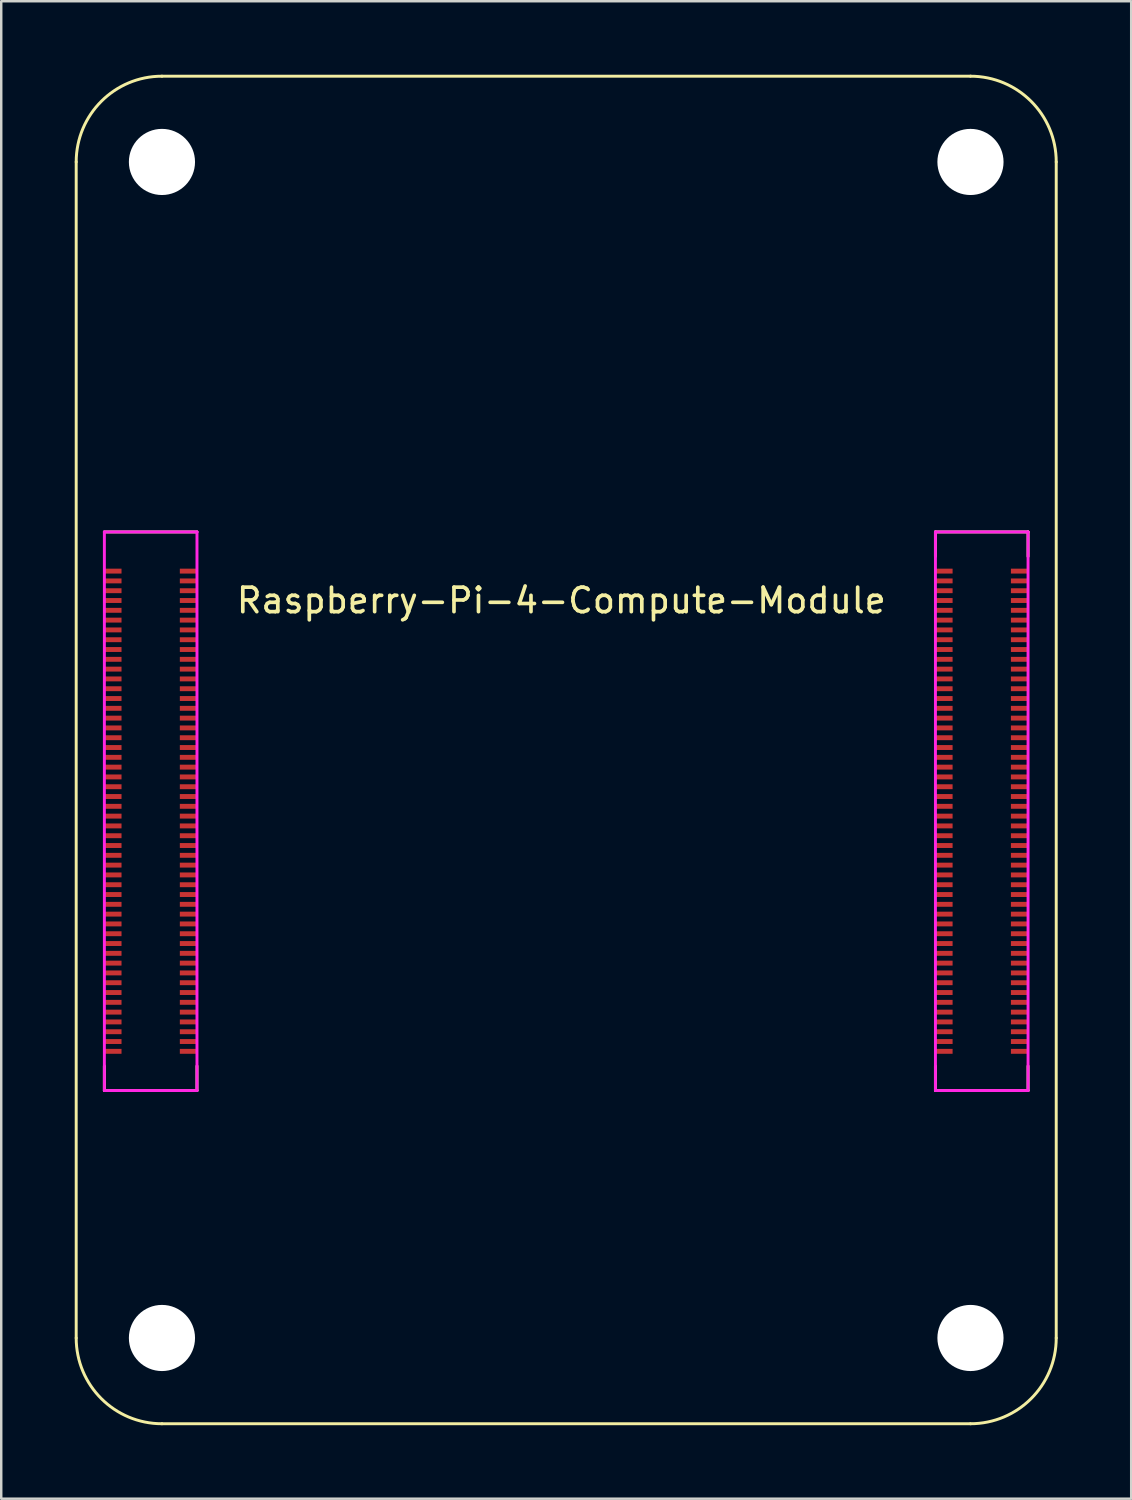
<source format=kicad_pcb>
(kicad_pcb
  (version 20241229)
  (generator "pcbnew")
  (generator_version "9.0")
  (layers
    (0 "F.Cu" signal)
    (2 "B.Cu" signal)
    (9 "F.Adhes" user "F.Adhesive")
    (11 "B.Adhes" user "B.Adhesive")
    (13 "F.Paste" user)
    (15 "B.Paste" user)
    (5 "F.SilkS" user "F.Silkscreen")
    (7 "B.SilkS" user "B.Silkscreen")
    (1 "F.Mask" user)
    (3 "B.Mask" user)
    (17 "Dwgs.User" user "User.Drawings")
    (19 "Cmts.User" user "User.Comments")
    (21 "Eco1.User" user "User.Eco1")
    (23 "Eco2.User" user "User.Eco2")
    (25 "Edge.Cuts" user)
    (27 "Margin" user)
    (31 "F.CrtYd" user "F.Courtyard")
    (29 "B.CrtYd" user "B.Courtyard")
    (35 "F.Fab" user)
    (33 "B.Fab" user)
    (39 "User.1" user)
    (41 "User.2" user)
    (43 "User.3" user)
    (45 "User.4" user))
  (footprint "Raspberry-Pi-4-Compute-Module"
    (layer "F.Cu")
    (at 3.56 51.56)
    (property "Reference" "Raspberry-Pi-4-Compute-Module" (at 16.3 -30.1 180) (layer "F.SilkS") (effects (font (size 1 1) (thickness 0.15))))
    (attr smd)
    (fp_line (start -3.5 -48) (end -3.5 0) (stroke (width 0.12) (type solid)) (layer "F.SilkS"))
    (fp_line (start -2.35 -32.9) (end 1.43 -32.9) (stroke (width 0.12) (type solid)) (layer "F.SilkS"))
    (fp_line (start -2.35 -10.1) (end -2.35 -11.1) (stroke (width 0.12) (type solid)) (layer "F.SilkS"))
    (fp_line (start -2.35 -10.1) (end 1.43 -10.1) (stroke (width 0.12) (type solid)) (layer "F.SilkS"))
    (fp_line (start 0 3.5) (end 33 3.5) (stroke (width 0.12) (type solid)) (layer "F.SilkS"))
    (fp_line (start 1.43 -10.1) (end 1.43 -11.1) (stroke (width 0.12) (type solid)) (layer "F.SilkS"))
    (fp_line (start 31.57 -32.9) (end 31.57 -31.9) (stroke (width 0.12) (type solid)) (layer "F.SilkS"))
    (fp_line (start 31.57 -32.9) (end 35.35 -32.9) (stroke (width 0.12) (type solid)) (layer "F.SilkS"))
    (fp_line (start 31.57 -10.1) (end 31.57 -11.1) (stroke (width 0.12) (type solid)) (layer "F.SilkS"))
    (fp_line (start 31.57 -10.1) (end 35.35 -10.1) (stroke (width 0.12) (type solid)) (layer "F.SilkS"))
    (fp_line (start 33 -51.5) (end 0 -51.5) (stroke (width 0.12) (type solid)) (layer "F.SilkS"))
    (fp_line (start 35.35 -32.9) (end 35.35 -31.9) (stroke (width 0.12) (type solid)) (layer "F.SilkS"))
    (fp_line (start 35.35 -10.1) (end 35.35 -11.1) (stroke (width 0.12) (type solid)) (layer "F.SilkS"))
    (fp_line (start 36.5 0) (end 36.5 -48) (stroke (width 0.12) (type solid)) (layer "F.SilkS"))
    (fp_arc (start -3.5 -48) (mid -2.474874 -50.474874) (end 0 -51.5) (stroke (width 0.12) (type solid)) (layer "F.SilkS"))
    (fp_arc (start 0 3.5) (mid -2.474874 2.474874) (end -3.5 0) (stroke (width 0.12) (type solid)) (layer "F.SilkS"))
    (fp_arc (start 33 -51.5) (mid 35.474874 -50.474874) (end 36.5 -48) (stroke (width 0.12) (type solid)) (layer "F.SilkS"))
    (fp_arc (start 36.5 0) (mid 35.474874 2.474874) (end 33 3.5) (stroke (width 0.12) (type solid)) (layer "F.SilkS"))
    (fp_line (start -2.35 -32.9) (end 1.43 -32.9) (stroke (width 0.12) (type solid)) (layer "F.CrtYd"))
    (fp_line (start -2.35 -10.1) (end -2.35 -32.9) (stroke (width 0.12) (type solid)) (layer "F.CrtYd"))
    (fp_line (start 1.43 -32.9) (end 1.43 -10.1) (stroke (width 0.12) (type solid)) (layer "F.CrtYd"))
    (fp_line (start 1.43 -10.1) (end -2.35 -10.1) (stroke (width 0.12) (type solid)) (layer "F.CrtYd"))
    (fp_line (start 31.57 -32.9) (end 35.35 -32.9) (stroke (width 0.12) (type solid)) (layer "F.CrtYd"))
    (fp_line (start 31.57 -10.1) (end 31.57 -32.9) (stroke (width 0.12) (type solid)) (layer "F.CrtYd"))
    (fp_line (start 35.35 -32.9) (end 35.35 -10.1) (stroke (width 0.12) (type solid)) (layer "F.CrtYd"))
    (fp_line (start 35.35 -10.1) (end 31.57 -10.1) (stroke (width 0.12) (type solid)) (layer "F.CrtYd"))
    (pad "" np_thru_hole circle (at 0 -48) (size 2.7 2.7) (drill 2.7) (layers "*.Cu" "*.Mask"))
    (pad "" np_thru_hole circle (at 0 0) (size 2.7 2.7) (drill 2.7) (layers "*.Cu" "*.Mask"))
    (pad "" np_thru_hole circle (at 33 -48) (size 2.7 2.7) (drill 2.7) (layers "*.Cu" "*.Mask"))
    (pad "" np_thru_hole circle (at 33 0) (size 2.7 2.7) (drill 2.7) (layers "*.Cu" "*.Mask"))
    (pad "1" smd rect (at -2 -31.3 270) (size 0.2 0.7) (layers "F.Cu" "F.Mask" "F.Paste"))
    (pad "2" smd rect (at 1.08 -31.3 270) (size 0.2 0.7) (layers "F.Cu" "F.Mask" "F.Paste"))
    (pad "3" smd rect (at -2 -30.9 270) (size 0.2 0.7) (layers "F.Cu" "F.Mask" "F.Paste"))
    (pad "4" smd rect (at 1.08 -30.9 270) (size 0.2 0.7) (layers "F.Cu" "F.Mask" "F.Paste"))
    (pad "5" smd rect (at -2 -30.5 270) (size 0.2 0.7) (layers "F.Cu" "F.Mask" "F.Paste"))
    (pad "6" smd rect (at 1.08 -30.5 270) (size 0.2 0.7) (layers "F.Cu" "F.Mask" "F.Paste"))
    (pad "7" smd rect (at -2 -30.1 270) (size 0.2 0.7) (layers "F.Cu" "F.Mask" "F.Paste"))
    (pad "8" smd rect (at 1.08 -30.1 270) (size 0.2 0.7) (layers "F.Cu" "F.Mask" "F.Paste"))
    (pad "9" smd rect (at -2 -29.7 270) (size 0.2 0.7) (layers "F.Cu" "F.Mask" "F.Paste"))
    (pad "10" smd rect (at 1.08 -29.7 270) (size 0.2 0.7) (layers "F.Cu" "F.Mask" "F.Paste"))
    (pad "11" smd rect (at -2 -29.3 270) (size 0.2 0.7) (layers "F.Cu" "F.Mask" "F.Paste"))
    (pad "12" smd rect (at 1.08 -29.3 270) (size 0.2 0.7) (layers "F.Cu" "F.Mask" "F.Paste"))
    (pad "13" smd rect (at -2 -28.9 270) (size 0.2 0.7) (layers "F.Cu" "F.Mask" "F.Paste"))
    (pad "14" smd rect (at 1.08 -28.9 270) (size 0.2 0.7) (layers "F.Cu" "F.Mask" "F.Paste"))
    (pad "15" smd rect (at -2 -28.5 270) (size 0.2 0.7) (layers "F.Cu" "F.Mask" "F.Paste"))
    (pad "16" smd rect (at 1.08 -28.5 270) (size 0.2 0.7) (layers "F.Cu" "F.Mask" "F.Paste"))
    (pad "17" smd rect (at -2 -28.1 270) (size 0.2 0.7) (layers "F.Cu" "F.Mask" "F.Paste"))
    (pad "18" smd rect (at 1.08 -28.1 270) (size 0.2 0.7) (layers "F.Cu" "F.Mask" "F.Paste"))
    (pad "19" smd rect (at -2 -27.7 270) (size 0.2 0.7) (layers "F.Cu" "F.Mask" "F.Paste"))
    (pad "20" smd rect (at 1.08 -27.7 270) (size 0.2 0.7) (layers "F.Cu" "F.Mask" "F.Paste"))
    (pad "21" smd rect (at -2 -27.3 270) (size 0.2 0.7) (layers "F.Cu" "F.Mask" "F.Paste"))
    (pad "22" smd rect (at 1.08 -27.3 270) (size 0.2 0.7) (layers "F.Cu" "F.Mask" "F.Paste"))
    (pad "23" smd rect (at -2 -26.9 270) (size 0.2 0.7) (layers "F.Cu" "F.Mask" "F.Paste"))
    (pad "24" smd rect (at 1.08 -26.9 270) (size 0.2 0.7) (layers "F.Cu" "F.Mask" "F.Paste"))
    (pad "25" smd rect (at -2 -26.5 270) (size 0.2 0.7) (layers "F.Cu" "F.Mask" "F.Paste"))
    (pad "26" smd rect (at 1.08 -26.5 270) (size 0.2 0.7) (layers "F.Cu" "F.Mask" "F.Paste"))
    (pad "27" smd rect (at -2 -26.1 270) (size 0.2 0.7) (layers "F.Cu" "F.Mask" "F.Paste"))
    (pad "28" smd rect (at 1.08 -26.1 270) (size 0.2 0.7) (layers "F.Cu" "F.Mask" "F.Paste"))
    (pad "29" smd rect (at -2 -25.7 270) (size 0.2 0.7) (layers "F.Cu" "F.Mask" "F.Paste"))
    (pad "30" smd rect (at 1.08 -25.7 270) (size 0.2 0.7) (layers "F.Cu" "F.Mask" "F.Paste"))
    (pad "31" smd rect (at -2 -25.3 270) (size 0.2 0.7) (layers "F.Cu" "F.Mask" "F.Paste"))
    (pad "32" smd rect (at 1.08 -25.3 270) (size 0.2 0.7) (layers "F.Cu" "F.Mask" "F.Paste"))
    (pad "33" smd rect (at -2 -24.9 270) (size 0.2 0.7) (layers "F.Cu" "F.Mask" "F.Paste"))
    (pad "34" smd rect (at 1.08 -24.9 270) (size 0.2 0.7) (layers "F.Cu" "F.Mask" "F.Paste"))
    (pad "35" smd rect (at -2 -24.5 270) (size 0.2 0.7) (layers "F.Cu" "F.Mask" "F.Paste"))
    (pad "36" smd rect (at 1.08 -24.5 270) (size 0.2 0.7) (layers "F.Cu" "F.Mask" "F.Paste"))
    (pad "37" smd rect (at -2 -24.1 270) (size 0.2 0.7) (layers "F.Cu" "F.Mask" "F.Paste"))
    (pad "38" smd rect (at 1.08 -24.1 270) (size 0.2 0.7) (layers "F.Cu" "F.Mask" "F.Paste"))
    (pad "39" smd rect (at -2 -23.7 270) (size 0.2 0.7) (layers "F.Cu" "F.Mask" "F.Paste"))
    (pad "40" smd rect (at 1.08 -23.7 270) (size 0.2 0.7) (layers "F.Cu" "F.Mask" "F.Paste"))
    (pad "41" smd rect (at -2 -23.3 270) (size 0.2 0.7) (layers "F.Cu" "F.Mask" "F.Paste"))
    (pad "42" smd rect (at 1.08 -23.3 270) (size 0.2 0.7) (layers "F.Cu" "F.Mask" "F.Paste"))
    (pad "43" smd rect (at -2 -22.9 270) (size 0.2 0.7) (layers "F.Cu" "F.Mask" "F.Paste"))
    (pad "44" smd rect (at 1.08 -22.9 270) (size 0.2 0.7) (layers "F.Cu" "F.Mask" "F.Paste"))
    (pad "45" smd rect (at -2 -22.5 270) (size 0.2 0.7) (layers "F.Cu" "F.Mask" "F.Paste"))
    (pad "46" smd rect (at 1.08 -22.5 270) (size 0.2 0.7) (layers "F.Cu" "F.Mask" "F.Paste"))
    (pad "47" smd rect (at -2 -22.1 270) (size 0.2 0.7) (layers "F.Cu" "F.Mask" "F.Paste"))
    (pad "48" smd rect (at 1.08 -22.1 270) (size 0.2 0.7) (layers "F.Cu" "F.Mask" "F.Paste"))
    (pad "49" smd rect (at -2 -21.7 270) (size 0.2 0.7) (layers "F.Cu" "F.Mask" "F.Paste"))
    (pad "50" smd rect (at 1.08 -21.7 270) (size 0.2 0.7) (layers "F.Cu" "F.Mask" "F.Paste"))
    (pad "51" smd rect (at -2 -21.3 270) (size 0.2 0.7) (layers "F.Cu" "F.Mask" "F.Paste"))
    (pad "52" smd rect (at 1.08 -21.3 270) (size 0.2 0.7) (layers "F.Cu" "F.Mask" "F.Paste"))
    (pad "53" smd rect (at -2 -20.9 270) (size 0.2 0.7) (layers "F.Cu" "F.Mask" "F.Paste"))
    (pad "54" smd rect (at 1.08 -20.9 270) (size 0.2 0.7) (layers "F.Cu" "F.Mask" "F.Paste"))
    (pad "55" smd rect (at -2 -20.5 270) (size 0.2 0.7) (layers "F.Cu" "F.Mask" "F.Paste"))
    (pad "56" smd rect (at 1.08 -20.5 270) (size 0.2 0.7) (layers "F.Cu" "F.Mask" "F.Paste"))
    (pad "57" smd rect (at -2 -20.1 270) (size 0.2 0.7) (layers "F.Cu" "F.Mask" "F.Paste"))
    (pad "58" smd rect (at 1.08 -20.1 270) (size 0.2 0.7) (layers "F.Cu" "F.Mask" "F.Paste"))
    (pad "59" smd rect (at -2 -19.7 270) (size 0.2 0.7) (layers "F.Cu" "F.Mask" "F.Paste"))
    (pad "60" smd rect (at 1.08 -19.7 270) (size 0.2 0.7) (layers "F.Cu" "F.Mask" "F.Paste"))
    (pad "61" smd rect (at -2 -19.3 270) (size 0.2 0.7) (layers "F.Cu" "F.Mask" "F.Paste"))
    (pad "62" smd rect (at 1.08 -19.3 270) (size 0.2 0.7) (layers "F.Cu" "F.Mask" "F.Paste"))
    (pad "63" smd rect (at -2 -18.9 270) (size 0.2 0.7) (layers "F.Cu" "F.Mask" "F.Paste"))
    (pad "64" smd rect (at 1.08 -18.9 270) (size 0.2 0.7) (layers "F.Cu" "F.Mask" "F.Paste"))
    (pad "65" smd rect (at -2 -18.5 270) (size 0.2 0.7) (layers "F.Cu" "F.Mask" "F.Paste"))
    (pad "66" smd rect (at 1.08 -18.5 270) (size 0.2 0.7) (layers "F.Cu" "F.Mask" "F.Paste"))
    (pad "67" smd rect (at -2 -18.1 270) (size 0.2 0.7) (layers "F.Cu" "F.Mask" "F.Paste"))
    (pad "68" smd rect (at 1.08 -18.1 270) (size 0.2 0.7) (layers "F.Cu" "F.Mask" "F.Paste"))
    (pad "69" smd rect (at -2 -17.7 270) (size 0.2 0.7) (layers "F.Cu" "F.Mask" "F.Paste"))
    (pad "70" smd rect (at 1.08 -17.7 270) (size 0.2 0.7) (layers "F.Cu" "F.Mask" "F.Paste"))
    (pad "71" smd rect (at -2 -17.3 270) (size 0.2 0.7) (layers "F.Cu" "F.Mask" "F.Paste"))
    (pad "72" smd rect (at 1.08 -17.3 270) (size 0.2 0.7) (layers "F.Cu" "F.Mask" "F.Paste"))
    (pad "73" smd rect (at -2 -16.9 270) (size 0.2 0.7) (layers "F.Cu" "F.Mask" "F.Paste"))
    (pad "74" smd rect (at 1.08 -16.9 270) (size 0.2 0.7) (layers "F.Cu" "F.Mask" "F.Paste"))
    (pad "75" smd rect (at -2 -16.5 270) (size 0.2 0.7) (layers "F.Cu" "F.Mask" "F.Paste"))
    (pad "76" smd rect (at 1.08 -16.5 270) (size 0.2 0.7) (layers "F.Cu" "F.Mask" "F.Paste"))
    (pad "77" smd rect (at -2 -16.1 270) (size 0.2 0.7) (layers "F.Cu" "F.Mask" "F.Paste"))
    (pad "78" smd rect (at 1.08 -16.1 270) (size 0.2 0.7) (layers "F.Cu" "F.Mask" "F.Paste"))
    (pad "79" smd rect (at -2 -15.7 270) (size 0.2 0.7) (layers "F.Cu" "F.Mask" "F.Paste"))
    (pad "80" smd rect (at 1.08 -15.7 270) (size 0.2 0.7) (layers "F.Cu" "F.Mask" "F.Paste"))
    (pad "81" smd rect (at -2 -15.3 270) (size 0.2 0.7) (layers "F.Cu" "F.Mask" "F.Paste"))
    (pad "82" smd rect (at 1.08 -15.3 270) (size 0.2 0.7) (layers "F.Cu" "F.Mask" "F.Paste"))
    (pad "83" smd rect (at -2 -14.9 270) (size 0.2 0.7) (layers "F.Cu" "F.Mask" "F.Paste"))
    (pad "84" smd rect (at 1.08 -14.9 270) (size 0.2 0.7) (layers "F.Cu" "F.Mask" "F.Paste"))
    (pad "85" smd rect (at -2 -14.5 270) (size 0.2 0.7) (layers "F.Cu" "F.Mask" "F.Paste"))
    (pad "86" smd rect (at 1.08 -14.5 270) (size 0.2 0.7) (layers "F.Cu" "F.Mask" "F.Paste"))
    (pad "87" smd rect (at -2 -14.1 270) (size 0.2 0.7) (layers "F.Cu" "F.Mask" "F.Paste"))
    (pad "88" smd rect (at 1.08 -14.1 270) (size 0.2 0.7) (layers "F.Cu" "F.Mask" "F.Paste"))
    (pad "89" smd rect (at -2 -13.7 270) (size 0.2 0.7) (layers "F.Cu" "F.Mask" "F.Paste"))
    (pad "90" smd rect (at 1.08 -13.7 270) (size 0.2 0.7) (layers "F.Cu" "F.Mask" "F.Paste"))
    (pad "91" smd rect (at -2 -13.3 270) (size 0.2 0.7) (layers "F.Cu" "F.Mask" "F.Paste"))
    (pad "92" smd rect (at 1.08 -13.3 270) (size 0.2 0.7) (layers "F.Cu" "F.Mask" "F.Paste"))
    (pad "93" smd rect (at -2 -12.9 270) (size 0.2 0.7) (layers "F.Cu" "F.Mask" "F.Paste"))
    (pad "94" smd rect (at 1.08 -12.9 270) (size 0.2 0.7) (layers "F.Cu" "F.Mask" "F.Paste"))
    (pad "95" smd rect (at -2 -12.5 270) (size 0.2 0.7) (layers "F.Cu" "F.Mask" "F.Paste"))
    (pad "96" smd rect (at 1.08 -12.5 270) (size 0.2 0.7) (layers "F.Cu" "F.Mask" "F.Paste"))
    (pad "97" smd rect (at -2 -12.1 270) (size 0.2 0.7) (layers "F.Cu" "F.Mask" "F.Paste"))
    (pad "98" smd rect (at 1.08 -12.1 270) (size 0.2 0.7) (layers "F.Cu" "F.Mask" "F.Paste"))
    (pad "99" smd rect (at -2 -11.7 270) (size 0.2 0.7) (layers "F.Cu" "F.Mask" "F.Paste"))
    (pad "100" smd rect (at 1.08 -11.7 270) (size 0.2 0.7) (layers "F.Cu" "F.Mask" "F.Paste"))
    (pad "101" smd rect (at 31.92 -31.3 270) (size 0.2 0.7) (layers "F.Cu" "F.Mask" "F.Paste"))
    (pad "102" smd rect (at 35 -31.3 270) (size 0.2 0.7) (layers "F.Cu" "F.Mask" "F.Paste"))
    (pad "103" smd rect (at 31.92 -30.9 270) (size 0.2 0.7) (layers "F.Cu" "F.Mask" "F.Paste"))
    (pad "104" smd rect (at 35 -30.9 270) (size 0.2 0.7) (layers "F.Cu" "F.Mask" "F.Paste"))
    (pad "105" smd rect (at 31.92 -30.5 270) (size 0.2 0.7) (layers "F.Cu" "F.Mask" "F.Paste"))
    (pad "106" smd rect (at 35 -30.5 270) (size 0.2 0.7) (layers "F.Cu" "F.Mask" "F.Paste"))
    (pad "107" smd rect (at 31.92 -30.1 270) (size 0.2 0.7) (layers "F.Cu" "F.Mask" "F.Paste"))
    (pad "108" smd rect (at 35 -30.1 270) (size 0.2 0.7) (layers "F.Cu" "F.Mask" "F.Paste"))
    (pad "109" smd rect (at 31.92 -29.7 270) (size 0.2 0.7) (layers "F.Cu" "F.Mask" "F.Paste"))
    (pad "110" smd rect (at 35 -29.7 270) (size 0.2 0.7) (layers "F.Cu" "F.Mask" "F.Paste"))
    (pad "111" smd rect (at 31.92 -29.3 270) (size 0.2 0.7) (layers "F.Cu" "F.Mask" "F.Paste"))
    (pad "112" smd rect (at 35 -29.3 270) (size 0.2 0.7) (layers "F.Cu" "F.Mask" "F.Paste"))
    (pad "113" smd rect (at 31.92 -28.9 270) (size 0.2 0.7) (layers "F.Cu" "F.Mask" "F.Paste"))
    (pad "114" smd rect (at 35 -28.9 270) (size 0.2 0.7) (layers "F.Cu" "F.Mask" "F.Paste"))
    (pad "115" smd rect (at 31.92 -28.5 270) (size 0.2 0.7) (layers "F.Cu" "F.Mask" "F.Paste"))
    (pad "116" smd rect (at 35 -28.5 270) (size 0.2 0.7) (layers "F.Cu" "F.Mask" "F.Paste"))
    (pad "117" smd rect (at 31.92 -28.1 270) (size 0.2 0.7) (layers "F.Cu" "F.Mask" "F.Paste"))
    (pad "118" smd rect (at 35 -28.1 270) (size 0.2 0.7) (layers "F.Cu" "F.Mask" "F.Paste"))
    (pad "119" smd rect (at 31.92 -27.7 270) (size 0.2 0.7) (layers "F.Cu" "F.Mask" "F.Paste"))
    (pad "120" smd rect (at 35 -27.7 270) (size 0.2 0.7) (layers "F.Cu" "F.Mask" "F.Paste"))
    (pad "121" smd rect (at 31.92 -27.3 270) (size 0.2 0.7) (layers "F.Cu" "F.Mask" "F.Paste"))
    (pad "122" smd rect (at 35 -27.3 270) (size 0.2 0.7) (layers "F.Cu" "F.Mask" "F.Paste"))
    (pad "123" smd rect (at 31.92 -26.9 270) (size 0.2 0.7) (layers "F.Cu" "F.Mask" "F.Paste"))
    (pad "124" smd rect (at 35 -26.9 270) (size 0.2 0.7) (layers "F.Cu" "F.Mask" "F.Paste"))
    (pad "125" smd rect (at 31.92 -26.5 270) (size 0.2 0.7) (layers "F.Cu" "F.Mask" "F.Paste"))
    (pad "126" smd rect (at 35 -26.5 270) (size 0.2 0.7) (layers "F.Cu" "F.Mask" "F.Paste"))
    (pad "127" smd rect (at 31.92 -26.1 270) (size 0.2 0.7) (layers "F.Cu" "F.Mask" "F.Paste"))
    (pad "128" smd rect (at 35 -26.1 270) (size 0.2 0.7) (layers "F.Cu" "F.Mask" "F.Paste"))
    (pad "129" smd rect (at 31.92 -25.7 270) (size 0.2 0.7) (layers "F.Cu" "F.Mask" "F.Paste"))
    (pad "130" smd rect (at 35 -25.7 270) (size 0.2 0.7) (layers "F.Cu" "F.Mask" "F.Paste"))
    (pad "131" smd rect (at 31.92 -25.3 270) (size 0.2 0.7) (layers "F.Cu" "F.Mask" "F.Paste"))
    (pad "132" smd rect (at 35 -25.3 270) (size 0.2 0.7) (layers "F.Cu" "F.Mask" "F.Paste"))
    (pad "133" smd rect (at 31.92 -24.9 270) (size 0.2 0.7) (layers "F.Cu" "F.Mask" "F.Paste"))
    (pad "134" smd rect (at 35 -24.9 270) (size 0.2 0.7) (layers "F.Cu" "F.Mask" "F.Paste"))
    (pad "135" smd rect (at 31.92 -24.5 270) (size 0.2 0.7) (layers "F.Cu" "F.Mask" "F.Paste"))
    (pad "136" smd rect (at 35 -24.5 270) (size 0.2 0.7) (layers "F.Cu" "F.Mask" "F.Paste"))
    (pad "137" smd rect (at 31.92 -24.1 270) (size 0.2 0.7) (layers "F.Cu" "F.Mask" "F.Paste"))
    (pad "138" smd rect (at 35 -24.1 270) (size 0.2 0.7) (layers "F.Cu" "F.Mask" "F.Paste"))
    (pad "139" smd rect (at 31.92 -23.7 270) (size 0.2 0.7) (layers "F.Cu" "F.Mask" "F.Paste"))
    (pad "140" smd rect (at 35 -23.7 270) (size 0.2 0.7) (layers "F.Cu" "F.Mask" "F.Paste"))
    (pad "141" smd rect (at 31.92 -23.3 270) (size 0.2 0.7) (layers "F.Cu" "F.Mask" "F.Paste"))
    (pad "142" smd rect (at 35 -23.3 270) (size 0.2 0.7) (layers "F.Cu" "F.Mask" "F.Paste"))
    (pad "143" smd rect (at 31.92 -22.9 270) (size 0.2 0.7) (layers "F.Cu" "F.Mask" "F.Paste"))
    (pad "144" smd rect (at 35 -22.9 270) (size 0.2 0.7) (layers "F.Cu" "F.Mask" "F.Paste"))
    (pad "145" smd rect (at 31.92 -22.5 270) (size 0.2 0.7) (layers "F.Cu" "F.Mask" "F.Paste"))
    (pad "146" smd rect (at 35 -22.5 270) (size 0.2 0.7) (layers "F.Cu" "F.Mask" "F.Paste"))
    (pad "147" smd rect (at 31.92 -22.1 270) (size 0.2 0.7) (layers "F.Cu" "F.Mask" "F.Paste"))
    (pad "148" smd rect (at 35 -22.1 270) (size 0.2 0.7) (layers "F.Cu" "F.Mask" "F.Paste"))
    (pad "149" smd rect (at 31.92 -21.7 270) (size 0.2 0.7) (layers "F.Cu" "F.Mask" "F.Paste"))
    (pad "150" smd rect (at 35 -21.7 270) (size 0.2 0.7) (layers "F.Cu" "F.Mask" "F.Paste"))
    (pad "151" smd rect (at 31.92 -21.3 270) (size 0.2 0.7) (layers "F.Cu" "F.Mask" "F.Paste"))
    (pad "152" smd rect (at 35 -21.3 270) (size 0.2 0.7) (layers "F.Cu" "F.Mask" "F.Paste"))
    (pad "153" smd rect (at 31.92 -20.9 270) (size 0.2 0.7) (layers "F.Cu" "F.Mask" "F.Paste"))
    (pad "154" smd rect (at 35 -20.9 270) (size 0.2 0.7) (layers "F.Cu" "F.Mask" "F.Paste"))
    (pad "155" smd rect (at 31.92 -20.5 270) (size 0.2 0.7) (layers "F.Cu" "F.Mask" "F.Paste"))
    (pad "156" smd rect (at 35 -20.5 270) (size 0.2 0.7) (layers "F.Cu" "F.Mask" "F.Paste"))
    (pad "157" smd rect (at 31.92 -20.1 270) (size 0.2 0.7) (layers "F.Cu" "F.Mask" "F.Paste"))
    (pad "158" smd rect (at 35 -20.1 270) (size 0.2 0.7) (layers "F.Cu" "F.Mask" "F.Paste"))
    (pad "159" smd rect (at 31.92 -19.7 270) (size 0.2 0.7) (layers "F.Cu" "F.Mask" "F.Paste"))
    (pad "160" smd rect (at 35 -19.7 270) (size 0.2 0.7) (layers "F.Cu" "F.Mask" "F.Paste"))
    (pad "161" smd rect (at 31.92 -19.3 270) (size 0.2 0.7) (layers "F.Cu" "F.Mask" "F.Paste"))
    (pad "162" smd rect (at 35 -19.3 270) (size 0.2 0.7) (layers "F.Cu" "F.Mask" "F.Paste"))
    (pad "163" smd rect (at 31.92 -18.9 270) (size 0.2 0.7) (layers "F.Cu" "F.Mask" "F.Paste"))
    (pad "164" smd rect (at 35 -18.9 270) (size 0.2 0.7) (layers "F.Cu" "F.Mask" "F.Paste"))
    (pad "165" smd rect (at 31.92 -18.5 270) (size 0.2 0.7) (layers "F.Cu" "F.Mask" "F.Paste"))
    (pad "166" smd rect (at 35 -18.5 270) (size 0.2 0.7) (layers "F.Cu" "F.Mask" "F.Paste"))
    (pad "167" smd rect (at 31.92 -18.1 270) (size 0.2 0.7) (layers "F.Cu" "F.Mask" "F.Paste"))
    (pad "168" smd rect (at 35 -18.1 270) (size 0.2 0.7) (layers "F.Cu" "F.Mask" "F.Paste"))
    (pad "169" smd rect (at 31.92 -17.7 270) (size 0.2 0.7) (layers "F.Cu" "F.Mask" "F.Paste"))
    (pad "170" smd rect (at 35 -17.7 270) (size 0.2 0.7) (layers "F.Cu" "F.Mask" "F.Paste"))
    (pad "171" smd rect (at 31.92 -17.3 270) (size 0.2 0.7) (layers "F.Cu" "F.Mask" "F.Paste"))
    (pad "172" smd rect (at 35 -17.3 270) (size 0.2 0.7) (layers "F.Cu" "F.Mask" "F.Paste"))
    (pad "173" smd rect (at 31.92 -16.9 270) (size 0.2 0.7) (layers "F.Cu" "F.Mask" "F.Paste"))
    (pad "174" smd rect (at 35 -16.9 270) (size 0.2 0.7) (layers "F.Cu" "F.Mask" "F.Paste"))
    (pad "175" smd rect (at 31.92 -16.5 270) (size 0.2 0.7) (layers "F.Cu" "F.Mask" "F.Paste"))
    (pad "176" smd rect (at 35 -16.5 270) (size 0.2 0.7) (layers "F.Cu" "F.Mask" "F.Paste"))
    (pad "177" smd rect (at 31.92 -16.1 270) (size 0.2 0.7) (layers "F.Cu" "F.Mask" "F.Paste"))
    (pad "178" smd rect (at 35 -16.1 270) (size 0.2 0.7) (layers "F.Cu" "F.Mask" "F.Paste"))
    (pad "179" smd rect (at 31.92 -15.7 270) (size 0.2 0.7) (layers "F.Cu" "F.Mask" "F.Paste"))
    (pad "180" smd rect (at 35 -15.7 270) (size 0.2 0.7) (layers "F.Cu" "F.Mask" "F.Paste"))
    (pad "181" smd rect (at 31.92 -15.3 270) (size 0.2 0.7) (layers "F.Cu" "F.Mask" "F.Paste"))
    (pad "182" smd rect (at 35 -15.3 270) (size 0.2 0.7) (layers "F.Cu" "F.Mask" "F.Paste"))
    (pad "183" smd rect (at 31.92 -14.9 270) (size 0.2 0.7) (layers "F.Cu" "F.Mask" "F.Paste"))
    (pad "184" smd rect (at 35 -14.9 270) (size 0.2 0.7) (layers "F.Cu" "F.Mask" "F.Paste"))
    (pad "185" smd rect (at 31.92 -14.5 270) (size 0.2 0.7) (layers "F.Cu" "F.Mask" "F.Paste"))
    (pad "186" smd rect (at 35 -14.5 270) (size 0.2 0.7) (layers "F.Cu" "F.Mask" "F.Paste"))
    (pad "187" smd rect (at 31.92 -14.1 270) (size 0.2 0.7) (layers "F.Cu" "F.Mask" "F.Paste"))
    (pad "188" smd rect (at 35 -14.1 270) (size 0.2 0.7) (layers "F.Cu" "F.Mask" "F.Paste"))
    (pad "189" smd rect (at 31.92 -13.7 270) (size 0.2 0.7) (layers "F.Cu" "F.Mask" "F.Paste"))
    (pad "190" smd rect (at 35 -13.7 270) (size 0.2 0.7) (layers "F.Cu" "F.Mask" "F.Paste"))
    (pad "191" smd rect (at 31.92 -13.3 270) (size 0.2 0.7) (layers "F.Cu" "F.Mask" "F.Paste"))
    (pad "192" smd rect (at 35 -13.3 270) (size 0.2 0.7) (layers "F.Cu" "F.Mask" "F.Paste"))
    (pad "193" smd rect (at 31.92 -12.9 270) (size 0.2 0.7) (layers "F.Cu" "F.Mask" "F.Paste"))
    (pad "194" smd rect (at 35 -12.9 270) (size 0.2 0.7) (layers "F.Cu" "F.Mask" "F.Paste"))
    (pad "195" smd rect (at 31.92 -12.5 270) (size 0.2 0.7) (layers "F.Cu" "F.Mask" "F.Paste"))
    (pad "196" smd rect (at 35 -12.5 270) (size 0.2 0.7) (layers "F.Cu" "F.Mask" "F.Paste"))
    (pad "197" smd rect (at 31.92 -12.1 270) (size 0.2 0.7) (layers "F.Cu" "F.Mask" "F.Paste"))
    (pad "198" smd rect (at 35 -12.1 270) (size 0.2 0.7) (layers "F.Cu" "F.Mask" "F.Paste"))
    (pad "199" smd rect (at 31.92 -11.7 270) (size 0.2 0.7) (layers "F.Cu" "F.Mask" "F.Paste"))
    (pad "200" smd rect (at 35 -11.7 270) (size 0.2 0.7) (layers "F.Cu" "F.Mask" "F.Paste")))
  (gr_rect
    (start -3 -3)
    (end 43.12 58.12)
    (stroke (width 0.1) (type default))
    (fill no)
    (layer "Edge.Cuts")))
</source>
